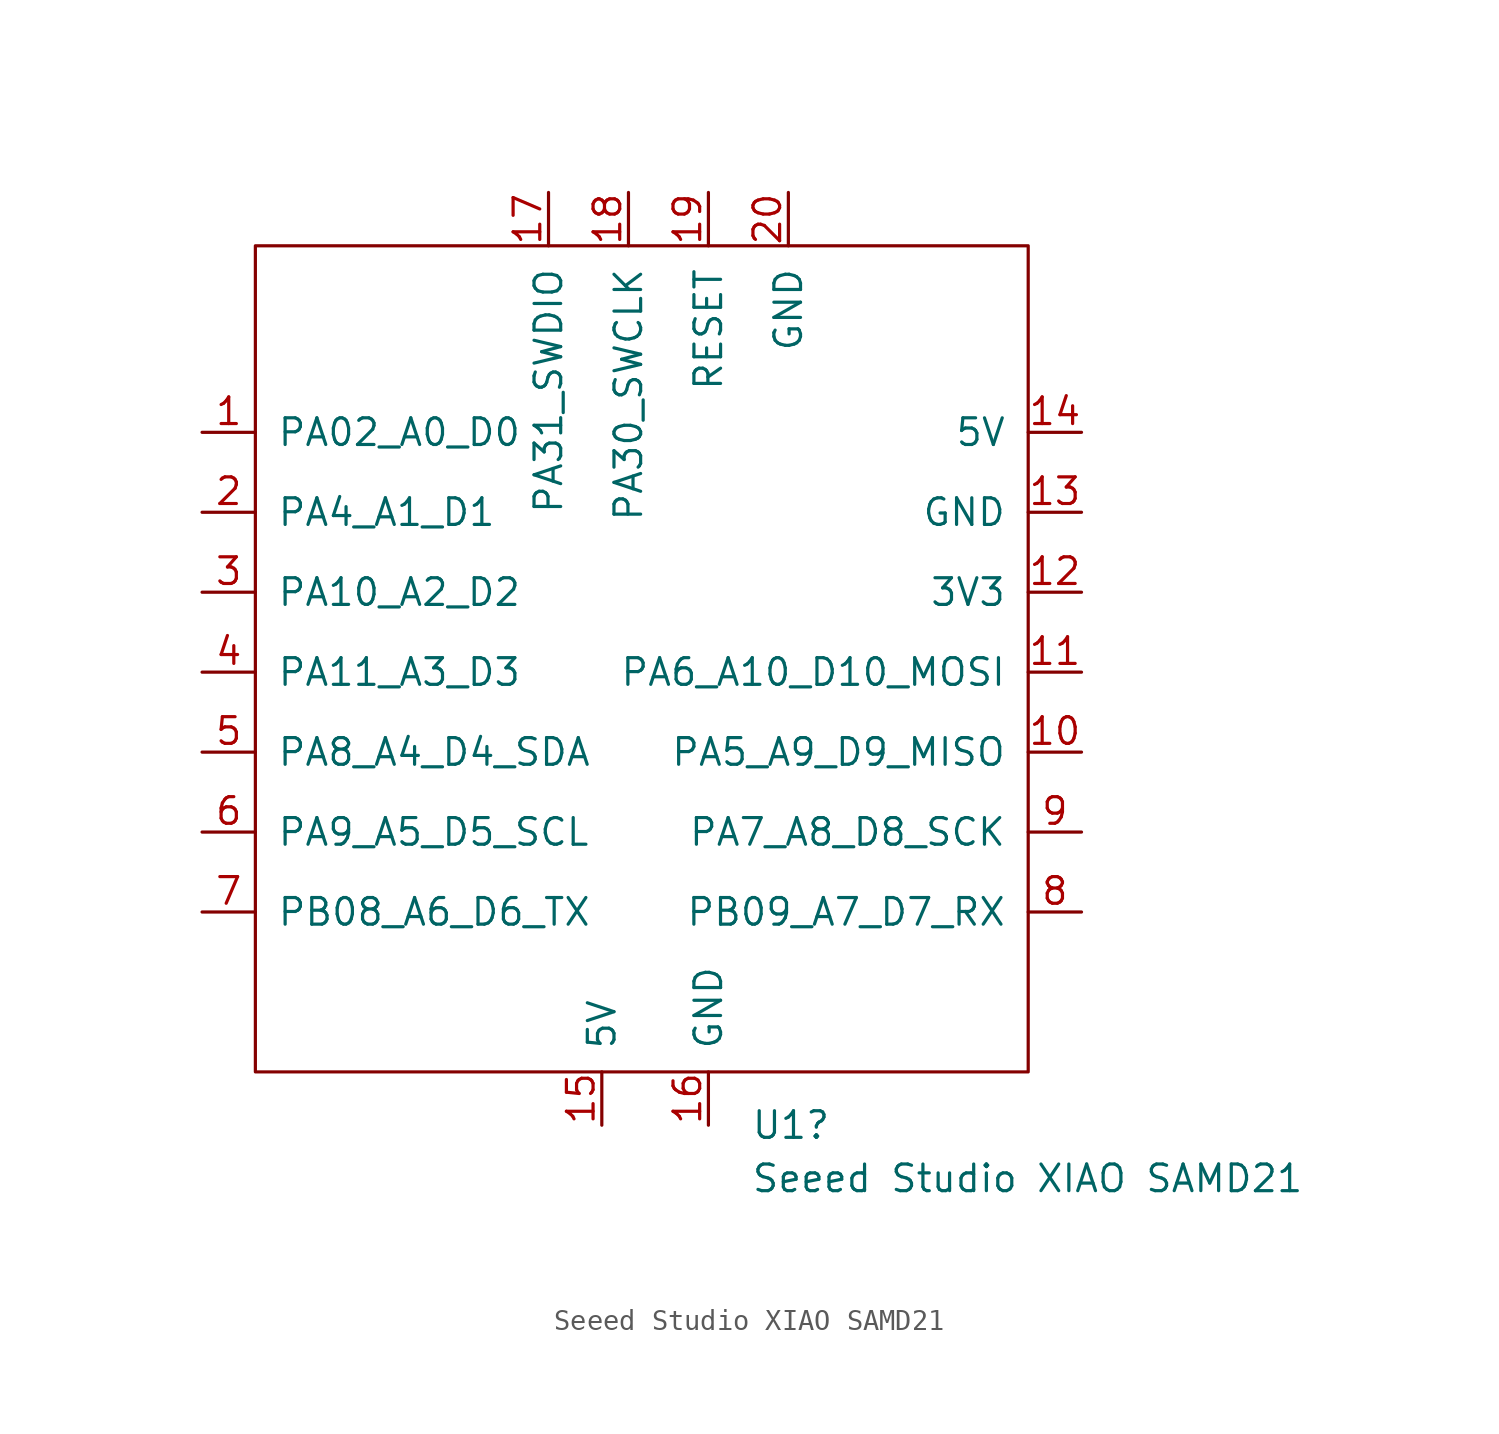
<source format=kicad_sym>
(kicad_symbol_lib
  (version 20211014)
  (generator kicad_symbol_editor)
  (symbol "Seeed Studio XIAO SAMD21"
    (pin_names
      (offset 1.016))
    (property "Reference" "U1"
      (at 4.559 -21.59 0)
      (effects (font (size 1.27 1.27)) (justify left)))
    (property "Value" "Seeed Studio XIAO SAMD21"
      (at 4.559 -24.13 0)
      (effects (font (size 1.27 1.27)) (justify left)))
    (symbol "Seeed Studio XIAO SAMD21_0_1"
      (rectangle (start -19.05 20.32) (end 17.78 -19.05) (stroke (width 0) (type default) (color 0 0 0 0)) (fill (type none))))
    (symbol "Seeed Studio XIAO SAMD21_1_1"
      (pin bidirectional line (at -21.59 11.43 0) (length 2.54) (name "PA02_A0_D0" (effects (font (size 1.27 1.27)))) (number "1" (effects (font (size 1.27 1.27)))))
      (pin bidirectional line (at 20.32 -3.81 180) (length 2.54) (name "PA5_A9_D9_MISO" (effects (font (size 1.27 1.27)))) (number "10" (effects (font (size 1.27 1.27)))))
      (pin bidirectional line (at 20.32 0 180) (length 2.54) (name "PA6_A10_D10_MOSI" (effects (font (size 1.27 1.27)))) (number "11" (effects (font (size 1.27 1.27)))))
      (pin power_in line (at 20.32 3.81 180) (length 2.54) (name "3V3" (effects (font (size 1.27 1.27)))) (number "12" (effects (font (size 1.27 1.27)))))
      (pin power_in line (at 20.32 7.62 180) (length 2.54) (name "GND" (effects (font (size 1.27 1.27)))) (number "13" (effects (font (size 1.27 1.27)))))
      (pin power_in line (at 20.32 11.43 180) (length 2.54) (name "5V" (effects (font (size 1.27 1.27)))) (number "14" (effects (font (size 1.27 1.27)))))
      (pin input line (at -2.54 -21.59 90) (length 2.54) (name "5V" (effects (font (size 1.27 1.27)))) (number "15" (effects (font (size 1.27 1.27)))))
      (pin input line (at 2.54 -21.59 90) (length 2.54) (name "GND" (effects (font (size 1.27 1.27)))) (number "16" (effects (font (size 1.27 1.27)))))
      (pin input line (at -5.08 22.86 270) (length 2.54) (name "PA31_SWDIO" (effects (font (size 1.27 1.27)))) (number "17" (effects (font (size 1.27 1.27)))))
      (pin input line (at -1.27 22.86 270) (length 2.54) (name "PA30_SWCLK" (effects (font (size 1.27 1.27)))) (number "18" (effects (font (size 1.27 1.27)))))
      (pin input line (at 2.54 22.86 270) (length 2.54) (name "RESET" (effects (font (size 1.27 1.27)))) (number "19" (effects (font (size 1.27 1.27)))))
      (pin bidirectional line (at -21.59 7.62 0) (length 2.54) (name "PA4_A1_D1" (effects (font (size 1.27 1.27)))) (number "2" (effects (font (size 1.27 1.27)))))
      (pin input line (at 6.35 22.86 270) (length 2.54) (name "GND" (effects (font (size 1.27 1.27)))) (number "20" (effects (font (size 1.27 1.27)))))
      (pin bidirectional line (at -21.59 3.81 0) (length 2.54) (name "PA10_A2_D2" (effects (font (size 1.27 1.27)))) (number "3" (effects (font (size 1.27 1.27)))))
      (pin bidirectional line (at -21.59 0 0) (length 2.54) (name "PA11_A3_D3" (effects (font (size 1.27 1.27)))) (number "4" (effects (font (size 1.27 1.27)))))
      (pin bidirectional line (at -21.59 -3.81 0) (length 2.54) (name "PA8_A4_D4_SDA" (effects (font (size 1.27 1.27)))) (number "5" (effects (font (size 1.27 1.27)))))
      (pin bidirectional line (at -21.59 -7.62 0) (length 2.54) (name "PA9_A5_D5_SCL" (effects (font (size 1.27 1.27)))) (number "6" (effects (font (size 1.27 1.27)))))
      (pin bidirectional line (at -21.59 -11.43 0) (length 2.54) (name "PB08_A6_D6_TX" (effects (font (size 1.27 1.27)))) (number "7" (effects (font (size 1.27 1.27)))))
      (pin bidirectional line (at 20.32 -11.43 180) (length 2.54) (name "PB09_A7_D7_RX" (effects (font (size 1.27 1.27)))) (number "8" (effects (font (size 1.27 1.27)))))
      (pin bidirectional line (at 20.32 -7.62 180) (length 2.54) (name "PA7_A8_D8_SCK" (effects (font (size 1.27 1.27)))) (number "9" (effects (font (size 1.27 1.27))))))))
</source>
